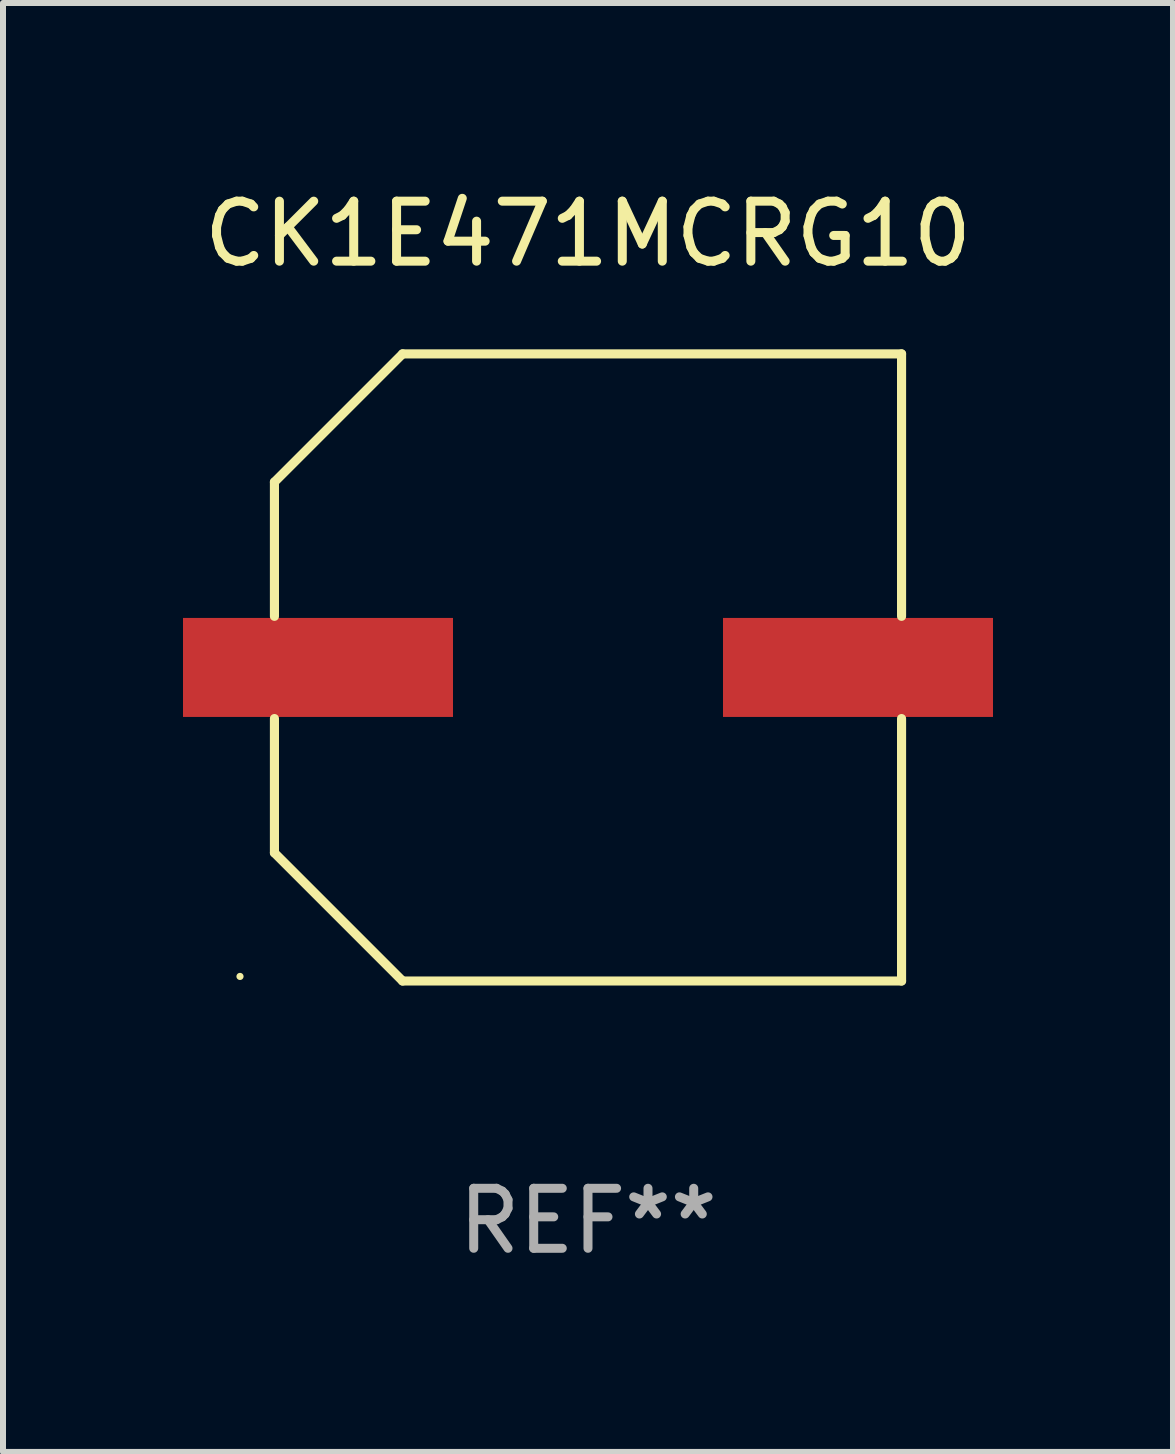
<source format=kicad_pcb>
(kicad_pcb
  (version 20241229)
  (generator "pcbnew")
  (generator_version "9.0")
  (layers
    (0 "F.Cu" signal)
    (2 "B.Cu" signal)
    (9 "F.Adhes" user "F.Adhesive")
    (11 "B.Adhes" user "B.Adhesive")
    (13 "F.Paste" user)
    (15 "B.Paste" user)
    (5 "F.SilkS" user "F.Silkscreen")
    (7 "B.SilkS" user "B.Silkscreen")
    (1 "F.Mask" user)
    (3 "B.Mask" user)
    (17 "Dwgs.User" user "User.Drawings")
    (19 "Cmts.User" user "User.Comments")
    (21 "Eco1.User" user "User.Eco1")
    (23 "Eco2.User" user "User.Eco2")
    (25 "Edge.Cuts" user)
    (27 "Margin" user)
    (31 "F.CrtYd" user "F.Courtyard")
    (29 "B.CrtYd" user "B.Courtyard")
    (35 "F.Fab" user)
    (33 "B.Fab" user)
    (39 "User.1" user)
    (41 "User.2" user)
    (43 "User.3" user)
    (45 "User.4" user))
  (footprint "CK1E471MCRG10"
    (layer "F.Cu")
    (at 6.75 8.074)
    (property "Reference" "CK1E471MCRG10" (at 0 -7.226 0) (layer "F.SilkS") (effects (font (size 1 1) (thickness 0.15))))
    (attr through_hole)
    (fp_line (start -5.226 -3.09) (end -5.226 -0.852) (stroke (width 0.152) (type solid)) (layer "F.SilkS"))
    (fp_line (start -5.226 3.09) (end -5.226 0.852) (stroke (width 0.152) (type solid)) (layer "F.SilkS"))
    (fp_line (start -3.09 -5.226) (end -5.226 -3.09) (stroke (width 0.152) (type solid)) (layer "F.SilkS"))
    (fp_line (start -3.09 5.226) (end -5.226 3.09) (stroke (width 0.152) (type solid)) (layer "F.SilkS"))
    (fp_line (start 5.226 -5.226) (end -3.09 -5.226) (stroke (width 0.152) (type solid)) (layer "F.SilkS"))
    (fp_line (start 5.226 -0.852) (end 5.226 -5.226) (stroke (width 0.152) (type solid)) (layer "F.SilkS"))
    (fp_line (start 5.226 0.852) (end 5.226 5.226) (stroke (width 0.152) (type solid)) (layer "F.SilkS"))
    (fp_line (start 5.226 5.226) (end -3.09 5.226) (stroke (width 0.152) (type solid)) (layer "F.SilkS"))
    (fp_circle (center -5.8 5.15) (end -5.77 5.15) (stroke (width 0.06) (type solid)) (fill no) (layer "F.SilkS"))
    (fp_text user "REF**" (at 0 9.226 0) (layer "F.Fab") (effects (font (size 1 1) (thickness 0.15))))
    (pad "1" smd rect (at -4.5 0) (size 4.5 1.65) (layers "F.Cu" "F.Mask" "F.Paste"))
    (pad "2" smd rect (at 4.5 0) (size 4.5 1.65) (layers "F.Cu" "F.Mask" "F.Paste")))
  (gr_rect
    (start -3 -3)
    (end 16.5 21.149)
    (stroke (width 0.1) (type default))
    (fill no)
    (layer "Edge.Cuts")))
</source>
